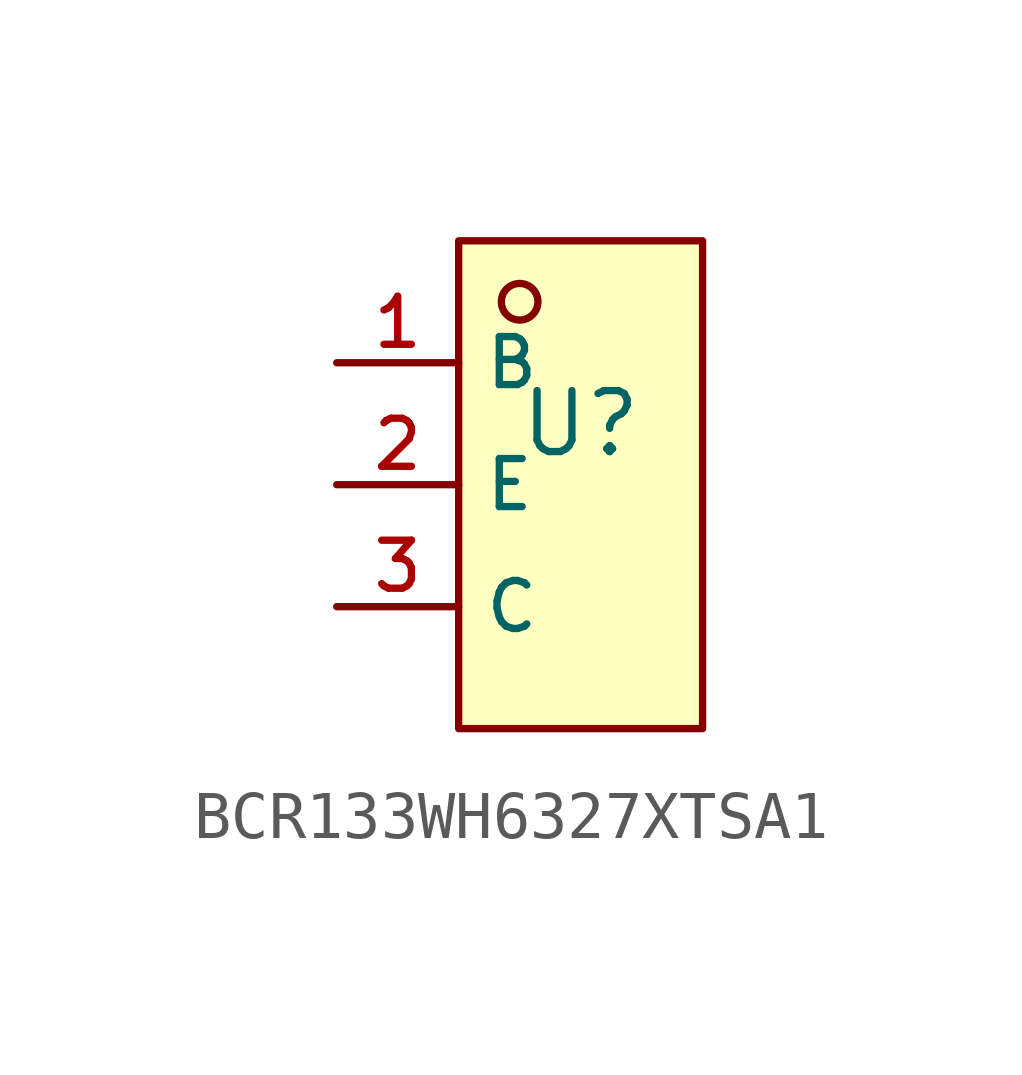
<source format=kicad_sym>
(kicad_symbol_lib
  (version 20210201)
  (generator TousstNicolas/JLC2KiCad_lib)
  (symbol "BCR133WH6327XTSA1"
    (property "Reference" "U"
      (at 0 1.27 0)
      (effects (font (size 1.27 1.27))))
    (symbol "BCR133WH6327XTSA1_0_1"
      (rectangle (start -2.54 5.08) (end 2.54 -5.08) (stroke (width 0) (type default) (color 0 0 0 0)) (fill (type background)))
      (circle (center -1.27 3.81) (radius 0.381) (stroke (width 0) (type default) (color 0 0 0 0)) (fill (type background)))
      (pin unspecified line (at -5.08 2.54 0) (length 2.54) (name "B" (effects (font (size 1 1)))) (number "1" (effects (font (size 1 1)))))
      (pin unspecified line (at -5.08 -0.0 0) (length 2.54) (name "E" (effects (font (size 1 1)))) (number "2" (effects (font (size 1 1)))))
      (pin unspecified line (at -5.08 -2.54 0) (length 2.54) (name "C" (effects (font (size 1 1)))) (number "3" (effects (font (size 1 1))))))))
</source>
